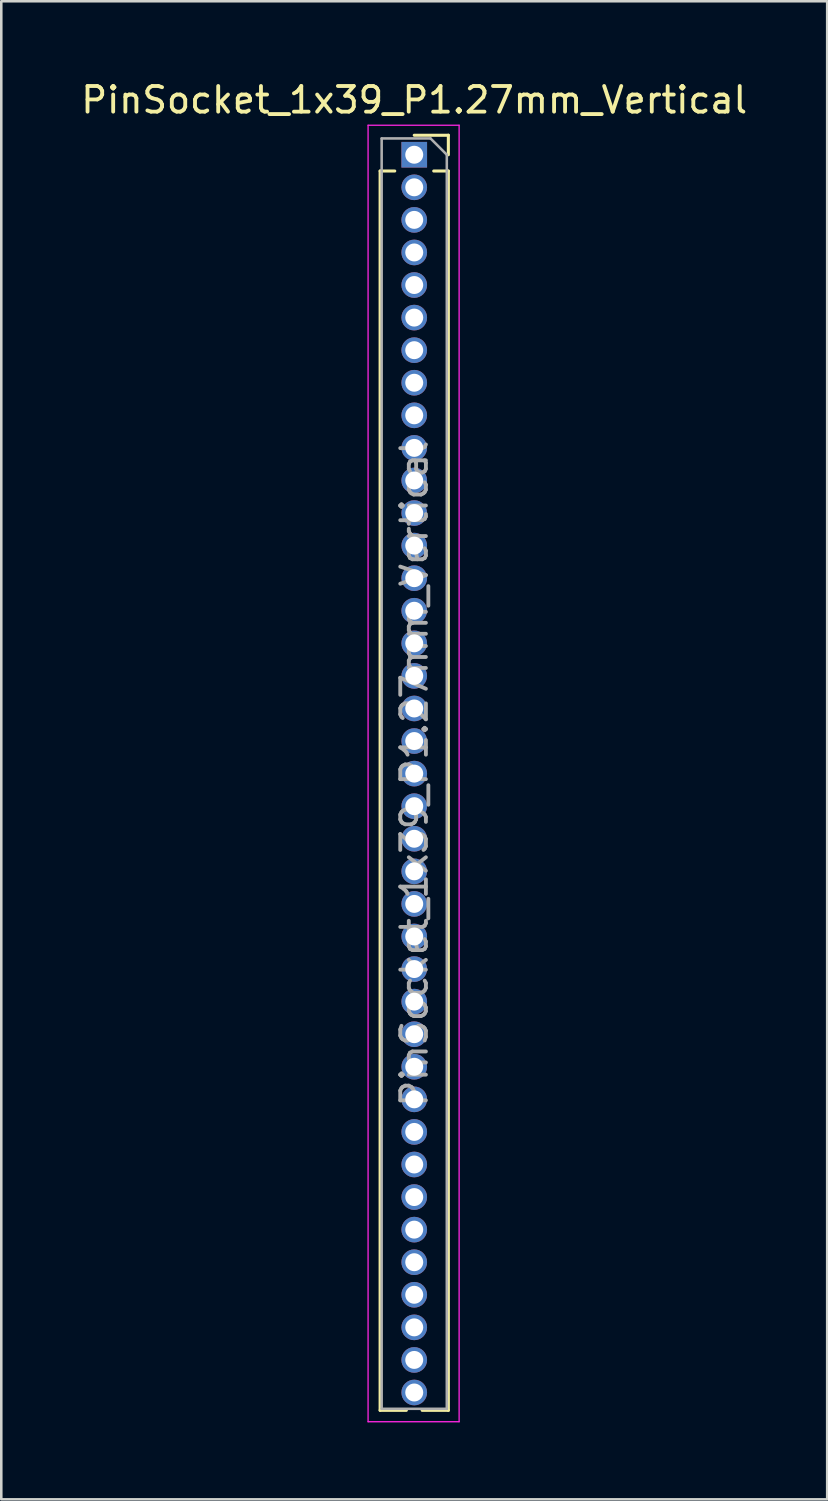
<source format=kicad_pcb>
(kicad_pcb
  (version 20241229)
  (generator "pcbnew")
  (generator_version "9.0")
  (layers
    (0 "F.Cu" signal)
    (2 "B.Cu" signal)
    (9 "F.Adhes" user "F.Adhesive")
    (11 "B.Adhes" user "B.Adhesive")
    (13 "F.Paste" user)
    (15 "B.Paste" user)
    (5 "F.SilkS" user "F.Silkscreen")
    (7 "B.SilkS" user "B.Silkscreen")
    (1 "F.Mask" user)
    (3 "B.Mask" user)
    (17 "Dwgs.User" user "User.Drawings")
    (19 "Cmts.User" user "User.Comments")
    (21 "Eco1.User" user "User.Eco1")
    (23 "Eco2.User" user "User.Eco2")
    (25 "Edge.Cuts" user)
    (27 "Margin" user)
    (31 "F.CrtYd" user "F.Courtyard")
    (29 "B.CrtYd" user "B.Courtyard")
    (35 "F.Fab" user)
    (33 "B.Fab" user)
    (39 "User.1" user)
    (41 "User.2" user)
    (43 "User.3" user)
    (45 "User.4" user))
  (footprint "PinSocket_1x39_P1.27mm_Vertical"
    (layer "F.Cu")
    (at 13.101 2.983)
    (property "Reference" "PinSocket_1x39_P1.27mm_Vertical" (at 0 -2.135 0) (layer "F.SilkS") (effects (font (size 1 1) (thickness 0.15))))
    (attr through_hole)
    (fp_line (start -1.33 0.635) (end -1.33 48.955) (stroke (width 0.12) (type solid)) (layer "F.SilkS"))
    (fp_line (start -1.33 0.635) (end -0.76 0.635) (stroke (width 0.12) (type solid)) (layer "F.SilkS"))
    (fp_line (start -1.33 48.955) (end -0.308 48.955) (stroke (width 0.12) (type solid)) (layer "F.SilkS"))
    (fp_line (start 0 -0.76) (end 1.33 -0.76) (stroke (width 0.12) (type solid)) (layer "F.SilkS"))
    (fp_line (start 0.308 48.955) (end 1.33 48.955) (stroke (width 0.12) (type solid)) (layer "F.SilkS"))
    (fp_line (start 0.76 0.635) (end 1.33 0.635) (stroke (width 0.12) (type solid)) (layer "F.SilkS"))
    (fp_line (start 1.33 -0.76) (end 1.33 0) (stroke (width 0.12) (type solid)) (layer "F.SilkS"))
    (fp_line (start 1.33 0.635) (end 1.33 48.955) (stroke (width 0.12) (type solid)) (layer "F.SilkS"))
    (fp_line (start -1.8 -1.15) (end 1.75 -1.15) (stroke (width 0.05) (type solid)) (layer "F.CrtYd"))
    (fp_line (start -1.8 49.4) (end -1.8 -1.15) (stroke (width 0.05) (type solid)) (layer "F.CrtYd"))
    (fp_line (start 1.75 -1.15) (end 1.75 49.4) (stroke (width 0.05) (type solid)) (layer "F.CrtYd"))
    (fp_line (start 1.75 49.4) (end -1.8 49.4) (stroke (width 0.05) (type solid)) (layer "F.CrtYd"))
    (fp_line (start -1.27 -0.635) (end 0.635 -0.635) (stroke (width 0.1) (type solid)) (layer "F.Fab"))
    (fp_line (start -1.27 48.895) (end -1.27 -0.635) (stroke (width 0.1) (type solid)) (layer "F.Fab"))
    (fp_line (start 0.635 -0.635) (end 1.27 0) (stroke (width 0.1) (type solid)) (layer "F.Fab"))
    (fp_line (start 1.27 0) (end 1.27 48.895) (stroke (width 0.1) (type solid)) (layer "F.Fab"))
    (fp_line (start 1.27 48.895) (end -1.27 48.895) (stroke (width 0.1) (type solid)) (layer "F.Fab"))
    (fp_text user "${REFERENCE}" (at 0 24.13 90) (layer "F.Fab") (effects (font (size 1 1) (thickness 0.15))))
    (pad "1" thru_hole rect (at 0 0) (size 1 1) (drill 0.7) (layers "*.Cu" "*.Mask"))
    (pad "2" thru_hole circle (at 0 1.27) (size 1 1) (drill 0.7) (layers "*.Cu" "*.Mask"))
    (pad "3" thru_hole circle (at 0 2.54) (size 1 1) (drill 0.7) (layers "*.Cu" "*.Mask"))
    (pad "4" thru_hole circle (at 0 3.81) (size 1 1) (drill 0.7) (layers "*.Cu" "*.Mask"))
    (pad "5" thru_hole circle (at 0 5.08) (size 1 1) (drill 0.7) (layers "*.Cu" "*.Mask"))
    (pad "6" thru_hole circle (at 0 6.35) (size 1 1) (drill 0.7) (layers "*.Cu" "*.Mask"))
    (pad "7" thru_hole circle (at 0 7.62) (size 1 1) (drill 0.7) (layers "*.Cu" "*.Mask"))
    (pad "8" thru_hole circle (at 0 8.89) (size 1 1) (drill 0.7) (layers "*.Cu" "*.Mask"))
    (pad "9" thru_hole circle (at 0 10.16) (size 1 1) (drill 0.7) (layers "*.Cu" "*.Mask"))
    (pad "10" thru_hole circle (at 0 11.43) (size 1 1) (drill 0.7) (layers "*.Cu" "*.Mask"))
    (pad "11" thru_hole circle (at 0 12.7) (size 1 1) (drill 0.7) (layers "*.Cu" "*.Mask"))
    (pad "12" thru_hole circle (at 0 13.97) (size 1 1) (drill 0.7) (layers "*.Cu" "*.Mask"))
    (pad "13" thru_hole circle (at 0 15.24) (size 1 1) (drill 0.7) (layers "*.Cu" "*.Mask"))
    (pad "14" thru_hole circle (at 0 16.51) (size 1 1) (drill 0.7) (layers "*.Cu" "*.Mask"))
    (pad "15" thru_hole circle (at 0 17.78) (size 1 1) (drill 0.7) (layers "*.Cu" "*.Mask"))
    (pad "16" thru_hole circle (at 0 19.05) (size 1 1) (drill 0.7) (layers "*.Cu" "*.Mask"))
    (pad "17" thru_hole circle (at 0 20.32) (size 1 1) (drill 0.7) (layers "*.Cu" "*.Mask"))
    (pad "18" thru_hole circle (at 0 21.59) (size 1 1) (drill 0.7) (layers "*.Cu" "*.Mask"))
    (pad "19" thru_hole circle (at 0 22.86) (size 1 1) (drill 0.7) (layers "*.Cu" "*.Mask"))
    (pad "20" thru_hole circle (at 0 24.13) (size 1 1) (drill 0.7) (layers "*.Cu" "*.Mask"))
    (pad "21" thru_hole circle (at 0 25.4) (size 1 1) (drill 0.7) (layers "*.Cu" "*.Mask"))
    (pad "22" thru_hole circle (at 0 26.67) (size 1 1) (drill 0.7) (layers "*.Cu" "*.Mask"))
    (pad "23" thru_hole circle (at 0 27.94) (size 1 1) (drill 0.7) (layers "*.Cu" "*.Mask"))
    (pad "24" thru_hole circle (at 0 29.21) (size 1 1) (drill 0.7) (layers "*.Cu" "*.Mask"))
    (pad "25" thru_hole circle (at 0 30.48) (size 1 1) (drill 0.7) (layers "*.Cu" "*.Mask"))
    (pad "26" thru_hole circle (at 0 31.75) (size 1 1) (drill 0.7) (layers "*.Cu" "*.Mask"))
    (pad "27" thru_hole circle (at 0 33.02) (size 1 1) (drill 0.7) (layers "*.Cu" "*.Mask"))
    (pad "28" thru_hole circle (at 0 34.29) (size 1 1) (drill 0.7) (layers "*.Cu" "*.Mask"))
    (pad "29" thru_hole circle (at 0 35.56) (size 1 1) (drill 0.7) (layers "*.Cu" "*.Mask"))
    (pad "30" thru_hole circle (at 0 36.83) (size 1 1) (drill 0.7) (layers "*.Cu" "*.Mask"))
    (pad "31" thru_hole circle (at 0 38.1) (size 1 1) (drill 0.7) (layers "*.Cu" "*.Mask"))
    (pad "32" thru_hole circle (at 0 39.37) (size 1 1) (drill 0.7) (layers "*.Cu" "*.Mask"))
    (pad "33" thru_hole circle (at 0 40.64) (size 1 1) (drill 0.7) (layers "*.Cu" "*.Mask"))
    (pad "34" thru_hole circle (at 0 41.91) (size 1 1) (drill 0.7) (layers "*.Cu" "*.Mask"))
    (pad "35" thru_hole circle (at 0 43.18) (size 1 1) (drill 0.7) (layers "*.Cu" "*.Mask"))
    (pad "36" thru_hole circle (at 0 44.45) (size 1 1) (drill 0.7) (layers "*.Cu" "*.Mask"))
    (pad "37" thru_hole circle (at 0 45.72) (size 1 1) (drill 0.7) (layers "*.Cu" "*.Mask"))
    (pad "38" thru_hole circle (at 0 46.99) (size 1 1) (drill 0.7) (layers "*.Cu" "*.Mask"))
    (pad "39" thru_hole circle (at 0 48.26) (size 1 1) (drill 0.7) (layers "*.Cu" "*.Mask")))
  (gr_rect
    (start -3 -3)
    (end 29.202 55.408)
    (stroke (width 0.1) (type default))
    (fill no)
    (layer "Edge.Cuts")))
</source>
